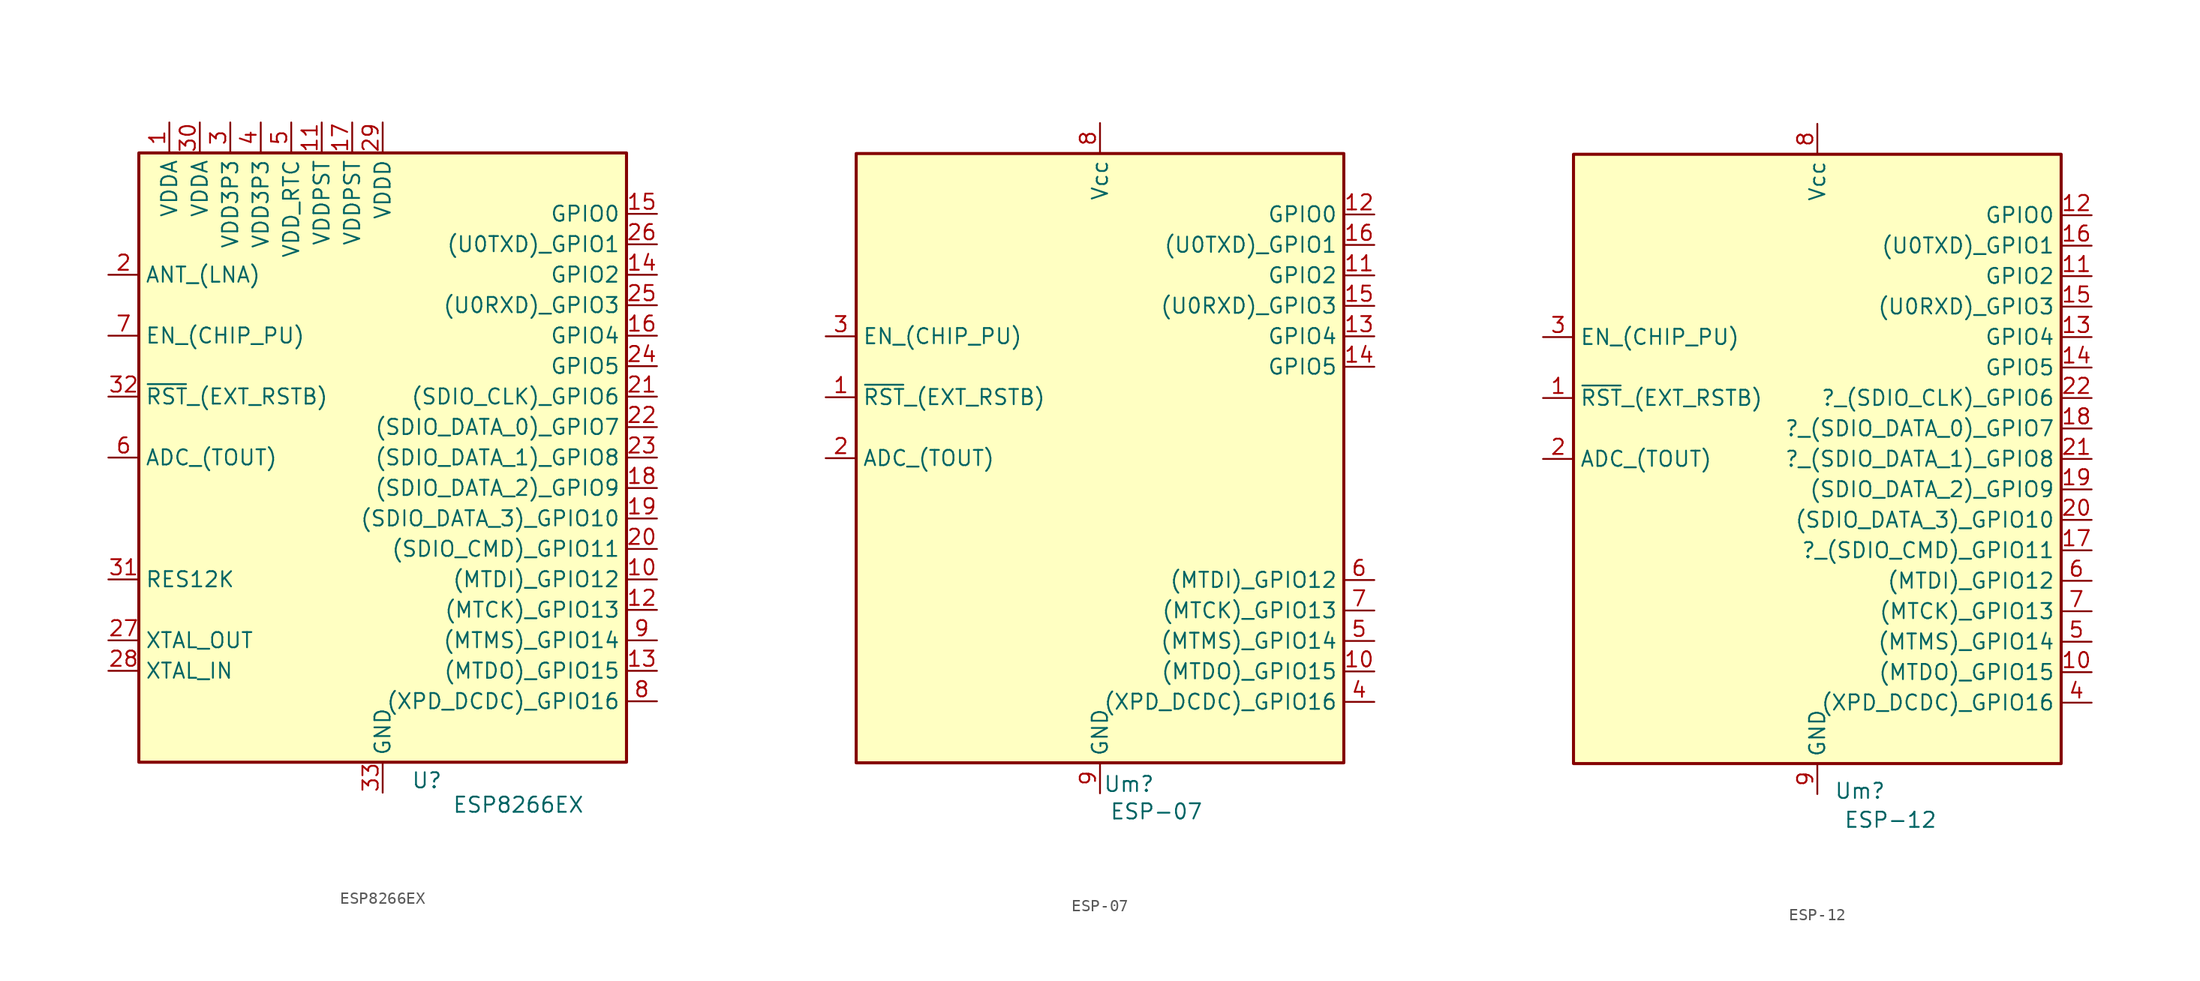
<source format=kicad_sym>
(kicad_symbol_lib
  (version 20211014)
  (generator kicad_symbol_editor)
  (symbol "ESP8266EX"
    (property "Reference" "U"
      (at 3.683 -26.924 0)
      (effects (font (size 1.27 1.27))))
    (property "Value" "ESP8266EX"
      (at 11.303 -28.956 0)
      (effects (font (size 1.27 1.27))))
    (symbol "ESP8266EX_0_1"
      (rectangle (start -20.32 25.4) (end 20.32 -25.4) (stroke (width 0.254) (type default) (color 0 0 0 0)) (fill (type background))))
    (symbol "ESP8266EX_1_1"
      (pin power_in line (at -17.78 27.94 270) (length 2.54) (name "VDDA" (effects (font (size 1.27 1.27)))) (number "1" (effects (font (size 1.27 1.27)))))
      (pin bidirectional line (at 22.86 -10.16 180) (length 2.54) (name "(MTDI)_GPIO12" (effects (font (size 1.27 1.27)))) (number "10" (effects (font (size 1.27 1.27)))))
      (pin power_in line (at -5.08 27.94 270) (length 2.54) (name "VDDPST" (effects (font (size 1.27 1.27)))) (number "11" (effects (font (size 1.27 1.27)))))
      (pin bidirectional line (at 22.86 -12.7 180) (length 2.54) (name "(MTCK)_GPIO13" (effects (font (size 1.27 1.27)))) (number "12" (effects (font (size 1.27 1.27)))))
      (pin bidirectional line (at 22.86 -17.78 180) (length 2.54) (name "(MTDO)_GPIO15" (effects (font (size 1.27 1.27)))) (number "13" (effects (font (size 1.27 1.27)))))
      (pin bidirectional line (at 22.86 15.24 180) (length 2.54) (name "GPIO2" (effects (font (size 1.27 1.27)))) (number "14" (effects (font (size 1.27 1.27)))))
      (pin bidirectional line (at 22.86 20.32 180) (length 2.54) (name "GPIO0" (effects (font (size 1.27 1.27)))) (number "15" (effects (font (size 1.27 1.27)))))
      (pin bidirectional line (at 22.86 10.16 180) (length 2.54) (name "GPIO4" (effects (font (size 1.27 1.27)))) (number "16" (effects (font (size 1.27 1.27)))))
      (pin power_in line (at -2.54 27.94 270) (length 2.54) (name "VDDPST" (effects (font (size 1.27 1.27)))) (number "17" (effects (font (size 1.27 1.27)))))
      (pin bidirectional line (at 22.86 -2.54 180) (length 2.54) (name "(SDIO_DATA_2)_GPIO9" (effects (font (size 1.27 1.27)))) (number "18" (effects (font (size 1.27 1.27)))))
      (pin bidirectional line (at 22.86 -5.08 180) (length 2.54) (name "(SDIO_DATA_3)_GPIO10" (effects (font (size 1.27 1.27)))) (number "19" (effects (font (size 1.27 1.27)))))
      (pin bidirectional line (at -22.86 15.24 0) (length 2.54) (name "ANT_(LNA)" (effects (font (size 1.27 1.27)))) (number "2" (effects (font (size 1.27 1.27)))))
      (pin bidirectional line (at 22.86 -7.62 180) (length 2.54) (name "(SDIO_CMD)_GPIO11" (effects (font (size 1.27 1.27)))) (number "20" (effects (font (size 1.27 1.27)))))
      (pin bidirectional line (at 22.86 5.08 180) (length 2.54) (name "(SDIO_CLK)_GPIO6" (effects (font (size 1.27 1.27)))) (number "21" (effects (font (size 1.27 1.27)))))
      (pin bidirectional line (at 22.86 2.54 180) (length 2.54) (name "(SDIO_DATA_0)_GPIO7" (effects (font (size 1.27 1.27)))) (number "22" (effects (font (size 1.27 1.27)))))
      (pin bidirectional line (at 22.86 0 180) (length 2.54) (name "(SDIO_DATA_1)_GPIO8" (effects (font (size 1.27 1.27)))) (number "23" (effects (font (size 1.27 1.27)))))
      (pin bidirectional line (at 22.86 7.62 180) (length 2.54) (name "GPIO5" (effects (font (size 1.27 1.27)))) (number "24" (effects (font (size 1.27 1.27)))))
      (pin bidirectional line (at 22.86 12.7 180) (length 2.54) (name "(U0RXD)_GPIO3" (effects (font (size 1.27 1.27)))) (number "25" (effects (font (size 1.27 1.27)))))
      (pin bidirectional line (at 22.86 17.78 180) (length 2.54) (name "(U0TXD)_GPIO1" (effects (font (size 1.27 1.27)))) (number "26" (effects (font (size 1.27 1.27)))))
      (pin bidirectional line (at -22.86 -15.24 0) (length 2.54) (name "XTAL_OUT" (effects (font (size 1.27 1.27)))) (number "27" (effects (font (size 1.27 1.27)))))
      (pin bidirectional line (at -22.86 -17.78 0) (length 2.54) (name "XTAL_IN" (effects (font (size 1.27 1.27)))) (number "28" (effects (font (size 1.27 1.27)))))
      (pin power_in line (at 0 27.94 270) (length 2.54) (name "VDDD" (effects (font (size 1.27 1.27)))) (number "29" (effects (font (size 1.27 1.27)))))
      (pin power_in line (at -12.7 27.94 270) (length 2.54) (name "VDD3P3" (effects (font (size 1.27 1.27)))) (number "3" (effects (font (size 1.27 1.27)))))
      (pin power_in line (at -15.24 27.94 270) (length 2.54) (name "VDDA" (effects (font (size 1.27 1.27)))) (number "30" (effects (font (size 1.27 1.27)))))
      (pin input line (at -22.86 -10.16 0) (length 2.54) (name "RES12K" (effects (font (size 1.27 1.27)))) (number "31" (effects (font (size 1.27 1.27)))))
      (pin input line (at -22.86 5.08 0) (length 2.54) (name "~{RST}_(EXT_RSTB)" (effects (font (size 1.27 1.27)))) (number "32" (effects (font (size 1.27 1.27)))))
      (pin power_in line (at 0 -27.94 90) (length 2.54) (name "GND" (effects (font (size 1.27 1.27)))) (number "33" (effects (font (size 1.27 1.27)))))
      (pin power_in line (at -10.16 27.94 270) (length 2.54) (name "VDD3P3" (effects (font (size 1.27 1.27)))) (number "4" (effects (font (size 1.27 1.27)))))
      (pin power_in line (at -7.62 27.94 270) (length 2.54) (name "VDD_RTC" (effects (font (size 1.27 1.27)))) (number "5" (effects (font (size 1.27 1.27)))))
      (pin input line (at -22.86 0 0) (length 2.54) (name "ADC_(TOUT)" (effects (font (size 1.27 1.27)))) (number "6" (effects (font (size 1.27 1.27)))))
      (pin input line (at -22.86 10.16 0) (length 2.54) (name "EN_(CHIP_PU)" (effects (font (size 1.27 1.27)))) (number "7" (effects (font (size 1.27 1.27)))))
      (pin bidirectional line (at 22.86 -20.32 180) (length 2.54) (name "(XPD_DCDC)_GPIO16" (effects (font (size 1.27 1.27)))) (number "8" (effects (font (size 1.27 1.27)))))
      (pin bidirectional line (at 22.86 -15.24 180) (length 2.54) (name "(MTMS)_GPIO14" (effects (font (size 1.27 1.27)))) (number "9" (effects (font (size 1.27 1.27)))))))
  (symbol "ESP-07"
    (property "Reference" "Um"
      (at 2.413 -27.178 0)
      (effects (font (size 1.27 1.27))))
    (property "Value" "ESP-07"
      (at 4.699 -29.464 0)
      (effects (font (size 1.27 1.27))))
    (symbol "ESP-07_0_1"
      (rectangle (start -20.32 25.4) (end 20.32 -25.4) (stroke (width 0.254) (type default) (color 0 0 0 0)) (fill (type background))))
    (symbol "ESP-07_1_1"
      (pin input line (at -22.86 5.08 0) (length 2.54) (name "~{RST}_(EXT_RSTB)" (effects (font (size 1.27 1.27)))) (number "1" (effects (font (size 1.27 1.27)))))
      (pin bidirectional line (at 22.86 -17.78 180) (length 2.54) (name "(MTDO)_GPIO15" (effects (font (size 1.27 1.27)))) (number "10" (effects (font (size 1.27 1.27)))))
      (pin bidirectional line (at 22.86 15.24 180) (length 2.54) (name "GPIO2" (effects (font (size 1.27 1.27)))) (number "11" (effects (font (size 1.27 1.27)))))
      (pin bidirectional line (at 22.86 20.32 180) (length 2.54) (name "GPIO0" (effects (font (size 1.27 1.27)))) (number "12" (effects (font (size 1.27 1.27)))))
      (pin bidirectional line (at 22.86 10.16 180) (length 2.54) (name "GPIO4" (effects (font (size 1.27 1.27)))) (number "13" (effects (font (size 1.27 1.27)))))
      (pin bidirectional line (at 22.86 7.62 180) (length 2.54) (name "GPIO5" (effects (font (size 1.27 1.27)))) (number "14" (effects (font (size 1.27 1.27)))))
      (pin bidirectional line (at 22.86 12.7 180) (length 2.54) (name "(U0RXD)_GPIO3" (effects (font (size 1.27 1.27)))) (number "15" (effects (font (size 1.27 1.27)))))
      (pin bidirectional line (at 22.86 17.78 180) (length 2.54) (name "(U0TXD)_GPIO1" (effects (font (size 1.27 1.27)))) (number "16" (effects (font (size 1.27 1.27)))))
      (pin input line (at -22.86 0 0) (length 2.54) (name "ADC_(TOUT)" (effects (font (size 1.27 1.27)))) (number "2" (effects (font (size 1.27 1.27)))))
      (pin input line (at -22.86 10.16 0) (length 2.54) (name "EN_(CHIP_PU)" (effects (font (size 1.27 1.27)))) (number "3" (effects (font (size 1.27 1.27)))))
      (pin bidirectional line (at 22.86 -20.32 180) (length 2.54) (name "(XPD_DCDC)_GPIO16" (effects (font (size 1.27 1.27)))) (number "4" (effects (font (size 1.27 1.27)))))
      (pin bidirectional line (at 22.86 -15.24 180) (length 2.54) (name "(MTMS)_GPIO14" (effects (font (size 1.27 1.27)))) (number "5" (effects (font (size 1.27 1.27)))))
      (pin bidirectional line (at 22.86 -10.16 180) (length 2.54) (name "(MTDI)_GPIO12" (effects (font (size 1.27 1.27)))) (number "6" (effects (font (size 1.27 1.27)))))
      (pin bidirectional line (at 22.86 -12.7 180) (length 2.54) (name "(MTCK)_GPIO13" (effects (font (size 1.27 1.27)))) (number "7" (effects (font (size 1.27 1.27)))))
      (pin power_in line (at 0 27.94 270) (length 2.54) (name "Vcc" (effects (font (size 1.27 1.27)))) (number "8" (effects (font (size 1.27 1.27)))))
      (pin power_in line (at 0 -27.94 90) (length 2.54) (name "GND" (effects (font (size 1.27 1.27)))) (number "9" (effects (font (size 1.27 1.27)))))))
  (symbol "ESP-12"
    (property "Reference" "Um"
      (at 3.556 -27.686 0)
      (effects (font (size 1.27 1.27))))
    (property "Value" "ESP-12"
      (at 6.096 -30.099 0)
      (effects (font (size 1.27 1.27))))
    (symbol "ESP-12_0_1"
      (rectangle (start -20.32 25.4) (end 20.32 -25.4) (stroke (width 0.254) (type default) (color 0 0 0 0)) (fill (type background))))
    (symbol "ESP-12_1_1"
      (pin input line (at -22.86 5.08 0) (length 2.54) (name "~{RST}_(EXT_RSTB)" (effects (font (size 1.27 1.27)))) (number "1" (effects (font (size 1.27 1.27)))))
      (pin bidirectional line (at 22.86 -17.78 180) (length 2.54) (name "(MTDO)_GPIO15" (effects (font (size 1.27 1.27)))) (number "10" (effects (font (size 1.27 1.27)))))
      (pin bidirectional line (at 22.86 15.24 180) (length 2.54) (name "GPIO2" (effects (font (size 1.27 1.27)))) (number "11" (effects (font (size 1.27 1.27)))))
      (pin bidirectional line (at 22.86 20.32 180) (length 2.54) (name "GPIO0" (effects (font (size 1.27 1.27)))) (number "12" (effects (font (size 1.27 1.27)))))
      (pin bidirectional line (at 22.86 10.16 180) (length 2.54) (name "GPIO4" (effects (font (size 1.27 1.27)))) (number "13" (effects (font (size 1.27 1.27)))))
      (pin bidirectional line (at 22.86 7.62 180) (length 2.54) (name "GPIO5" (effects (font (size 1.27 1.27)))) (number "14" (effects (font (size 1.27 1.27)))))
      (pin bidirectional line (at 22.86 12.7 180) (length 2.54) (name "(U0RXD)_GPIO3" (effects (font (size 1.27 1.27)))) (number "15" (effects (font (size 1.27 1.27)))))
      (pin bidirectional line (at 22.86 17.78 180) (length 2.54) (name "(U0TXD)_GPIO1" (effects (font (size 1.27 1.27)))) (number "16" (effects (font (size 1.27 1.27)))))
      (pin bidirectional line (at 22.86 -7.62 180) (length 2.54) (name "?_(SDIO_CMD)_GPIO11" (effects (font (size 1.27 1.27)))) (number "17" (effects (font (size 1.27 1.27)))))
      (pin bidirectional line (at 22.86 2.54 180) (length 2.54) (name "?_(SDIO_DATA_0)_GPIO7" (effects (font (size 1.27 1.27)))) (number "18" (effects (font (size 1.27 1.27)))))
      (pin bidirectional line (at 22.86 -2.54 180) (length 2.54) (name "(SDIO_DATA_2)_GPIO9" (effects (font (size 1.27 1.27)))) (number "19" (effects (font (size 1.27 1.27)))))
      (pin input line (at -22.86 0 0) (length 2.54) (name "ADC_(TOUT)" (effects (font (size 1.27 1.27)))) (number "2" (effects (font (size 1.27 1.27)))))
      (pin bidirectional line (at 22.86 -5.08 180) (length 2.54) (name "(SDIO_DATA_3)_GPIO10" (effects (font (size 1.27 1.27)))) (number "20" (effects (font (size 1.27 1.27)))))
      (pin bidirectional line (at 22.86 0 180) (length 2.54) (name "?_(SDIO_DATA_1)_GPIO8" (effects (font (size 1.27 1.27)))) (number "21" (effects (font (size 1.27 1.27)))))
      (pin bidirectional line (at 22.86 5.08 180) (length 2.54) (name "?_(SDIO_CLK)_GPIO6" (effects (font (size 1.27 1.27)))) (number "22" (effects (font (size 1.27 1.27)))))
      (pin input line (at -22.86 10.16 0) (length 2.54) (name "EN_(CHIP_PU)" (effects (font (size 1.27 1.27)))) (number "3" (effects (font (size 1.27 1.27)))))
      (pin bidirectional line (at 22.86 -20.32 180) (length 2.54) (name "(XPD_DCDC)_GPIO16" (effects (font (size 1.27 1.27)))) (number "4" (effects (font (size 1.27 1.27)))))
      (pin bidirectional line (at 22.86 -15.24 180) (length 2.54) (name "(MTMS)_GPIO14" (effects (font (size 1.27 1.27)))) (number "5" (effects (font (size 1.27 1.27)))))
      (pin bidirectional line (at 22.86 -10.16 180) (length 2.54) (name "(MTDI)_GPIO12" (effects (font (size 1.27 1.27)))) (number "6" (effects (font (size 1.27 1.27)))))
      (pin bidirectional line (at 22.86 -12.7 180) (length 2.54) (name "(MTCK)_GPIO13" (effects (font (size 1.27 1.27)))) (number "7" (effects (font (size 1.27 1.27)))))
      (pin power_in line (at 0 27.94 270) (length 2.54) (name "Vcc" (effects (font (size 1.27 1.27)))) (number "8" (effects (font (size 1.27 1.27)))))
      (pin power_in line (at 0 -27.94 90) (length 2.54) (name "GND" (effects (font (size 1.27 1.27)))) (number "9" (effects (font (size 1.27 1.27))))))))
</source>
